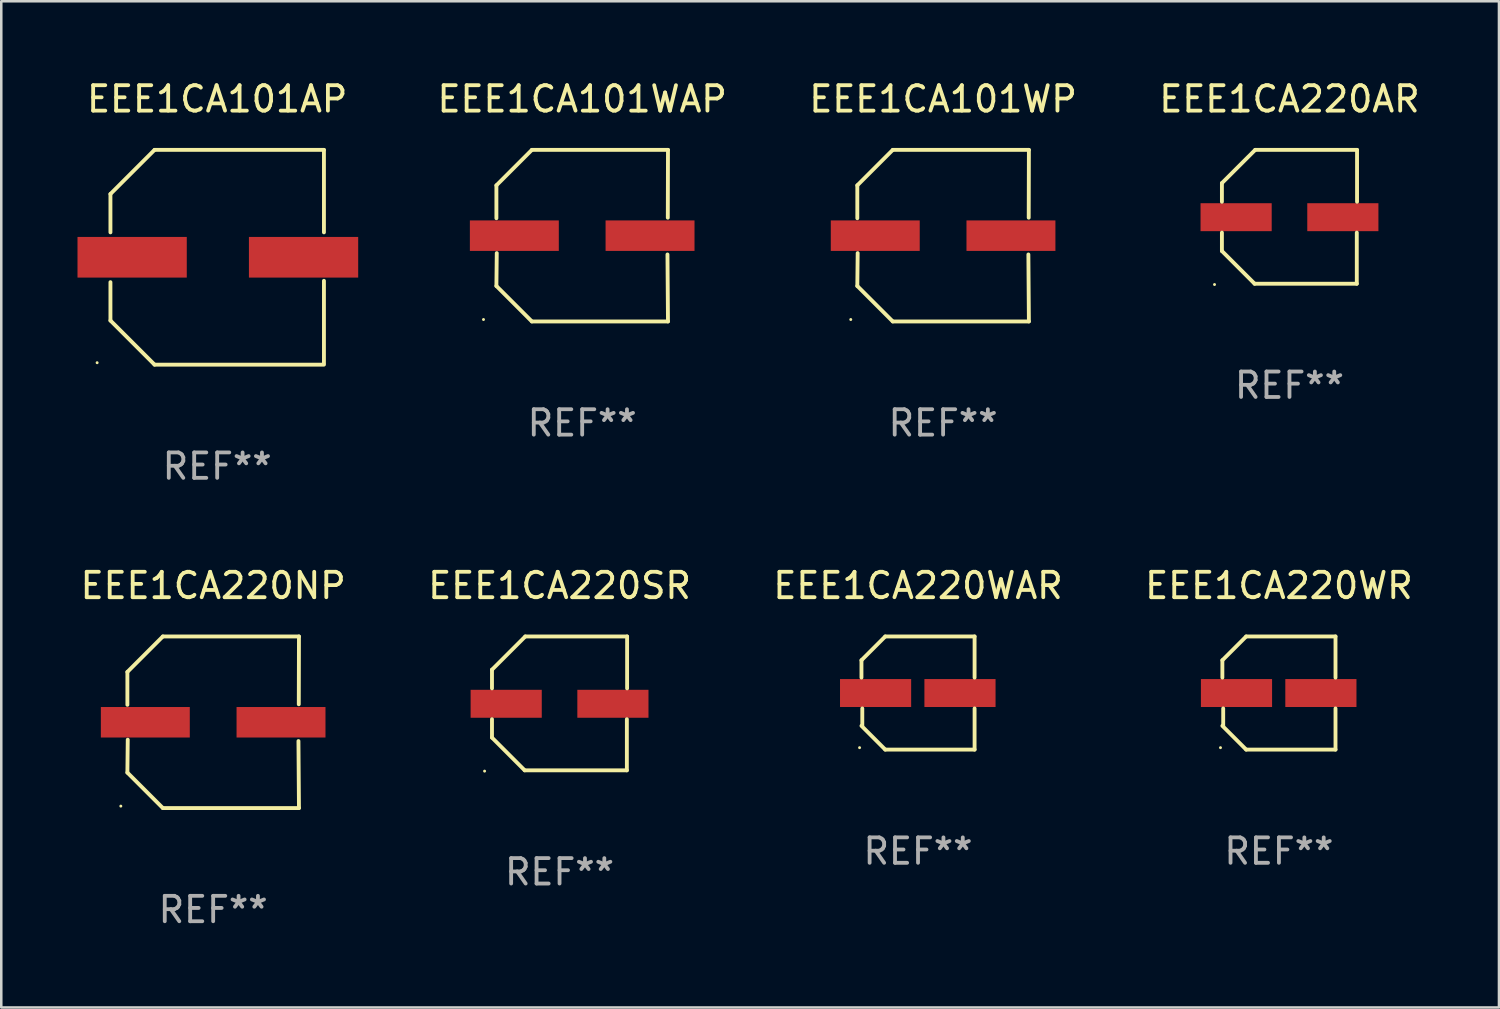
<source format=kicad_pcb>
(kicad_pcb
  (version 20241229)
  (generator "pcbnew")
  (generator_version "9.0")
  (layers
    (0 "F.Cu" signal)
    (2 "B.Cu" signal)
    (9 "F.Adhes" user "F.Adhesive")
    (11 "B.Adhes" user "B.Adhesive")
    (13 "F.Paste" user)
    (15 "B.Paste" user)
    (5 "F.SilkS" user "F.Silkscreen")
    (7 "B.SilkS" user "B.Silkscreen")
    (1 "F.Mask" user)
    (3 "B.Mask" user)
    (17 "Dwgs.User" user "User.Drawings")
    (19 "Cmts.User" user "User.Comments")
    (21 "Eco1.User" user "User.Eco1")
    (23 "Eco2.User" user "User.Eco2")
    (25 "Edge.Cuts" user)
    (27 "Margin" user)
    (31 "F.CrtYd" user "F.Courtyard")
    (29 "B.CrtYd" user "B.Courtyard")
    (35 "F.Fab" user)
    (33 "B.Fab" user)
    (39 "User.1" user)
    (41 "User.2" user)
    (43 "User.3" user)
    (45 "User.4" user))
  (footprint "EEE1CA101AP"
    (layer "F.Cu")
    (at 5.497 7.074)
    (property "Reference" "EEE1CA101AP" (at 0 -6.226 0) (layer "F.SilkS") (effects (font (size 1 1) (thickness 0.15))))
    (attr through_hole)
    (fp_line (start -4.201 -0.98) (end -4.201 -2.49) (stroke (width 0.152) (type solid)) (layer "F.SilkS"))
    (fp_line (start -4.201 2.49) (end -4.201 0.98) (stroke (width 0.152) (type solid)) (layer "F.SilkS"))
    (fp_line (start -2.465 -4.226) (end -4.201 -2.49) (stroke (width 0.152) (type solid)) (layer "F.SilkS"))
    (fp_line (start -2.465 4.226) (end -4.201 2.49) (stroke (width 0.152) (type solid)) (layer "F.SilkS"))
    (fp_line (start 4.201 -4.226) (end -2.465 -4.226) (stroke (width 0.152) (type solid)) (layer "F.SilkS"))
    (fp_line (start 4.201 -4.226) (end 4.201 -0.98) (stroke (width 0.152) (type solid)) (layer "F.SilkS"))
    (fp_line (start 4.201 0.926) (end 4.201 4.172) (stroke (width 0.152) (type solid)) (layer "F.SilkS"))
    (fp_line (start 4.201 4.226) (end -2.465 4.226) (stroke (width 0.152) (type solid)) (layer "F.SilkS"))
    (fp_circle (center -4.725 4.15) (end -4.695 4.15) (stroke (width 0.06) (type solid)) (fill no) (layer "F.SilkS"))
    (fp_text user "REF**" (at 0 8.226 0) (layer "F.Fab") (effects (font (size 1 1) (thickness 0.15))))
    (pad "1" smd rect (at -3.347 0) (size 4.3 1.6) (layers "F.Cu" "F.Mask" "F.Paste"))
    (pad "2" smd rect (at 3.399 0) (size 4.3 1.6) (layers "F.Cu" "F.Mask" "F.Paste")))
  (footprint "EEE1CA220SR"
    (layer "F.Cu")
    (at 18.97 24.631)
    (property "Reference" "EEE1CA220SR" (at 0 -4.634 0) (layer "F.SilkS") (effects (font (size 1 1) (thickness 0.15))))
    (attr through_hole)
    (fp_line (start -2.659 -1.326) (end -2.659 -0.592) (stroke (width 0.152) (type solid)) (layer "F.SilkS"))
    (fp_line (start -2.659 1.346) (end -2.659 0.622) (stroke (width 0.152) (type solid)) (layer "F.SilkS"))
    (fp_line (start -1.372 2.634) (end -2.659 1.346) (stroke (width 0.152) (type solid)) (layer "F.SilkS"))
    (fp_line (start -1.349 -2.634) (end -2.659 -1.326) (stroke (width 0.152) (type solid)) (layer "F.SilkS"))
    (fp_line (start 2.649 0.622) (end 2.649 2.634) (stroke (width 0.152) (type solid)) (layer "F.SilkS"))
    (fp_line (start 2.649 2.634) (end -1.372 2.634) (stroke (width 0.152) (type solid)) (layer "F.SilkS"))
    (fp_line (start 2.659 -2.634) (end -1.349 -2.634) (stroke (width 0.152) (type solid)) (layer "F.SilkS"))
    (fp_line (start 2.659 -0.592) (end 2.659 -2.634) (stroke (width 0.152) (type solid)) (layer "F.SilkS"))
    (fp_circle (center -2.95 2.665) (end -2.92 2.665) (stroke (width 0.06) (type solid)) (fill no) (layer "F.SilkS"))
    (fp_text user "REF**" (at 0 6.634 0) (layer "F.Fab") (effects (font (size 1 1) (thickness 0.15))))
    (pad "1" smd rect (at -2.1 0.015) (size 2.8 1.1) (layers "F.Cu" "F.Mask" "F.Paste"))
    (pad "2" smd rect (at 2.1 0.015) (size 2.8 1.1) (layers "F.Cu" "F.Mask" "F.Paste")))
  (footprint "EEE1CA101WP"
    (layer "F.Cu")
    (at 34.064 6.224)
    (property "Reference" "EEE1CA101WP" (at 0 -5.376 0) (layer "F.SilkS") (effects (font (size 1 1) (thickness 0.15))))
    (attr through_hole)
    (fp_line (start -3.376 -1.98) (end -3.376 -0.686) (stroke (width 0.152) (type solid)) (layer "F.SilkS"))
    (fp_line (start -3.376 1.981) (end -3.362 0.686) (stroke (width 0.152) (type solid)) (layer "F.SilkS"))
    (fp_line (start -1.981 3.376) (end -3.376 1.981) (stroke (width 0.152) (type solid)) (layer "F.SilkS"))
    (fp_line (start -1.98 -3.376) (end -3.376 -1.98) (stroke (width 0.152) (type solid)) (layer "F.SilkS"))
    (fp_line (start 3.356 0.74) (end 3.376 3.376) (stroke (width 0.152) (type solid)) (layer "F.SilkS"))
    (fp_line (start 3.369 -0.707) (end 3.376 -3.376) (stroke (width 0.152) (type solid)) (layer "F.SilkS"))
    (fp_line (start 3.376 3.376) (end -1.981 3.376) (stroke (width 0.152) (type solid)) (layer "F.SilkS"))
    (fp_line (start 3.376 -3.376) (end -1.98 -3.376) (stroke (width 0.152) (type solid)) (layer "F.SilkS"))
    (fp_circle (center -3.634 3.3) (end -3.604 3.3) (stroke (width 0.06) (type solid)) (fill no) (layer "F.SilkS"))
    (fp_text user "REF**" (at 0 7.376 0) (layer "F.Fab") (effects (font (size 1 1) (thickness 0.15))))
    (pad "1" smd rect (at -2.67 0.000254) (size 3.5 1.2) (layers "F.Cu" "F.Mask" "F.Paste"))
    (pad "2" smd rect (at 2.67 0.000254) (size 3.5 1.2) (layers "F.Cu" "F.Mask" "F.Paste")))
  (footprint "EEE1CA220AR"
    (layer "F.Cu")
    (at 47.695 5.482)
    (property "Reference" "EEE1CA220AR" (at 0 -4.634 0) (layer "F.SilkS") (effects (font (size 1 1) (thickness 0.15))))
    (attr through_hole)
    (fp_line (start -2.659 -1.326) (end -2.659 -0.592) (stroke (width 0.152) (type solid)) (layer "F.SilkS"))
    (fp_line (start -2.659 1.346) (end -2.659 0.622) (stroke (width 0.152) (type solid)) (layer "F.SilkS"))
    (fp_line (start -1.372 2.634) (end -2.659 1.346) (stroke (width 0.152) (type solid)) (layer "F.SilkS"))
    (fp_line (start -1.349 -2.634) (end -2.659 -1.326) (stroke (width 0.152) (type solid)) (layer "F.SilkS"))
    (fp_line (start 2.649 0.622) (end 2.649 2.634) (stroke (width 0.152) (type solid)) (layer "F.SilkS"))
    (fp_line (start 2.649 2.634) (end -1.372 2.634) (stroke (width 0.152) (type solid)) (layer "F.SilkS"))
    (fp_line (start 2.659 -2.634) (end -1.349 -2.634) (stroke (width 0.152) (type solid)) (layer "F.SilkS"))
    (fp_line (start 2.659 -0.592) (end 2.659 -2.634) (stroke (width 0.152) (type solid)) (layer "F.SilkS"))
    (fp_circle (center -2.95 2.665) (end -2.92 2.665) (stroke (width 0.06) (type solid)) (fill no) (layer "F.SilkS"))
    (fp_text user "REF**" (at 0 6.634 0) (layer "F.Fab") (effects (font (size 1 1) (thickness 0.15))))
    (pad "1" smd rect (at -2.1 0.015) (size 2.8 1.1) (layers "F.Cu" "F.Mask" "F.Paste"))
    (pad "2" smd rect (at 2.1 0.015) (size 2.8 1.1) (layers "F.Cu" "F.Mask" "F.Paste")))
  (footprint "EEE1CA220WAR"
    (layer "F.Cu")
    (at 33.077 24.223)
    (property "Reference" "EEE1CA220WAR" (at 0 -4.226 0) (layer "F.SilkS") (effects (font (size 1 1) (thickness 0.15))))
    (attr through_hole)
    (fp_line (start -2.226 -1.29) (end -2.226 -0.607) (stroke (width 0.152) (type solid)) (layer "F.SilkS"))
    (fp_line (start -2.193 1.29) (end -2.193 0.607) (stroke (width 0.152) (type solid)) (layer "F.SilkS"))
    (fp_line (start -1.29 2.226) (end -2.226 1.29) (stroke (width 0.152) (type solid)) (layer "F.SilkS"))
    (fp_line (start -1.29 -2.226) (end -2.226 -1.29) (stroke (width 0.152) (type solid)) (layer "F.SilkS"))
    (fp_line (start 2.226 -2.226) (end -1.29 -2.226) (stroke (width 0.152) (type solid)) (layer "F.SilkS"))
    (fp_line (start 2.226 -0.607) (end 2.226 -2.226) (stroke (width 0.152) (type solid)) (layer "F.SilkS"))
    (fp_line (start 2.226 0.607) (end 2.226 2.226) (stroke (width 0.152) (type solid)) (layer "F.SilkS"))
    (fp_line (start 2.226 2.226) (end -1.29 2.226) (stroke (width 0.152) (type solid)) (layer "F.SilkS"))
    (fp_circle (center -2.3 2.15) (end -2.27 2.15) (stroke (width 0.06) (type solid)) (fill no) (layer "F.SilkS"))
    (fp_text user "REF**" (at 0 6.226 0) (layer "F.Fab") (effects (font (size 1 1) (thickness 0.15))))
    (pad "1" smd rect (at -1.67 -0.000025) (size 2.8 1.1) (layers "F.Cu" "F.Mask" "F.Paste"))
    (pad "2" smd rect (at 1.651 -0.000025) (size 2.8 1.1) (layers "F.Cu" "F.Mask" "F.Paste")))
  (footprint "EEE1CA220WR"
    (layer "F.Cu")
    (at 47.28 24.223)
    (property "Reference" "EEE1CA220WR" (at 0 -4.226 0) (layer "F.SilkS") (effects (font (size 1 1) (thickness 0.15))))
    (attr through_hole)
    (fp_line (start -2.226 -1.29) (end -2.226 -0.607) (stroke (width 0.152) (type solid)) (layer "F.SilkS"))
    (fp_line (start -2.193 1.29) (end -2.193 0.607) (stroke (width 0.152) (type solid)) (layer "F.SilkS"))
    (fp_line (start -1.29 2.226) (end -2.226 1.29) (stroke (width 0.152) (type solid)) (layer "F.SilkS"))
    (fp_line (start -1.29 -2.226) (end -2.226 -1.29) (stroke (width 0.152) (type solid)) (layer "F.SilkS"))
    (fp_line (start 2.226 -2.226) (end -1.29 -2.226) (stroke (width 0.152) (type solid)) (layer "F.SilkS"))
    (fp_line (start 2.226 -0.607) (end 2.226 -2.226) (stroke (width 0.152) (type solid)) (layer "F.SilkS"))
    (fp_line (start 2.226 0.607) (end 2.226 2.226) (stroke (width 0.152) (type solid)) (layer "F.SilkS"))
    (fp_line (start 2.226 2.226) (end -1.29 2.226) (stroke (width 0.152) (type solid)) (layer "F.SilkS"))
    (fp_circle (center -2.3 2.15) (end -2.27 2.15) (stroke (width 0.06) (type solid)) (fill no) (layer "F.SilkS"))
    (fp_text user "REF**" (at 0 6.226 0) (layer "F.Fab") (effects (font (size 1 1) (thickness 0.15))))
    (pad "1" smd rect (at -1.67 -0.000025) (size 2.8 1.1) (layers "F.Cu" "F.Mask" "F.Paste"))
    (pad "2" smd rect (at 1.651 -0.000025) (size 2.8 1.1) (layers "F.Cu" "F.Mask" "F.Paste")))
  (footprint "EEE1CA220NP"
    (layer "F.Cu")
    (at 5.339 25.373)
    (property "Reference" "EEE1CA220NP" (at 0 -5.376 0) (layer "F.SilkS") (effects (font (size 1 1) (thickness 0.15))))
    (attr through_hole)
    (fp_line (start -3.376 -1.98) (end -3.376 -0.686) (stroke (width 0.152) (type solid)) (layer "F.SilkS"))
    (fp_line (start -3.376 1.981) (end -3.362 0.686) (stroke (width 0.152) (type solid)) (layer "F.SilkS"))
    (fp_line (start -1.981 3.376) (end -3.376 1.981) (stroke (width 0.152) (type solid)) (layer "F.SilkS"))
    (fp_line (start -1.98 -3.376) (end -3.376 -1.98) (stroke (width 0.152) (type solid)) (layer "F.SilkS"))
    (fp_line (start 3.356 0.74) (end 3.376 3.376) (stroke (width 0.152) (type solid)) (layer "F.SilkS"))
    (fp_line (start 3.369 -0.707) (end 3.376 -3.376) (stroke (width 0.152) (type solid)) (layer "F.SilkS"))
    (fp_line (start 3.376 3.376) (end -1.981 3.376) (stroke (width 0.152) (type solid)) (layer "F.SilkS"))
    (fp_line (start 3.376 -3.376) (end -1.98 -3.376) (stroke (width 0.152) (type solid)) (layer "F.SilkS"))
    (fp_circle (center -3.634 3.3) (end -3.604 3.3) (stroke (width 0.06) (type solid)) (fill no) (layer "F.SilkS"))
    (fp_text user "REF**" (at 0 7.376 0) (layer "F.Fab") (effects (font (size 1 1) (thickness 0.15))))
    (pad "1" smd rect (at -2.67 0.000254) (size 3.5 1.2) (layers "F.Cu" "F.Mask" "F.Paste"))
    (pad "2" smd rect (at 2.67 0.000254) (size 3.5 1.2) (layers "F.Cu" "F.Mask" "F.Paste")))
  (footprint "EEE1CA101WAP"
    (layer "F.Cu")
    (at 19.861 6.224)
    (property "Reference" "EEE1CA101WAP" (at 0 -5.376 0) (layer "F.SilkS") (effects (font (size 1 1) (thickness 0.15))))
    (attr through_hole)
    (fp_line (start -3.376 -1.98) (end -3.376 -0.686) (stroke (width 0.152) (type solid)) (layer "F.SilkS"))
    (fp_line (start -3.376 1.981) (end -3.362 0.686) (stroke (width 0.152) (type solid)) (layer "F.SilkS"))
    (fp_line (start -1.981 3.376) (end -3.376 1.981) (stroke (width 0.152) (type solid)) (layer "F.SilkS"))
    (fp_line (start -1.98 -3.376) (end -3.376 -1.98) (stroke (width 0.152) (type solid)) (layer "F.SilkS"))
    (fp_line (start 3.356 0.74) (end 3.376 3.376) (stroke (width 0.152) (type solid)) (layer "F.SilkS"))
    (fp_line (start 3.369 -0.707) (end 3.376 -3.376) (stroke (width 0.152) (type solid)) (layer "F.SilkS"))
    (fp_line (start 3.376 3.376) (end -1.981 3.376) (stroke (width 0.152) (type solid)) (layer "F.SilkS"))
    (fp_line (start 3.376 -3.376) (end -1.98 -3.376) (stroke (width 0.152) (type solid)) (layer "F.SilkS"))
    (fp_circle (center -3.884 3.3) (end -3.854 3.3) (stroke (width 0.06) (type solid)) (fill no) (layer "F.SilkS"))
    (fp_text user "REF**" (at 0 7.376 0) (layer "F.Fab") (effects (font (size 1 1) (thickness 0.15))))
    (pad "1" smd rect (at -2.67 0.000178) (size 3.5 1.2) (layers "F.Cu" "F.Mask" "F.Paste"))
    (pad "2" smd rect (at 2.67 0.000178) (size 3.5 1.2) (layers "F.Cu" "F.Mask" "F.Paste")))
  (gr_rect
    (start -3 -3)
    (end 55.939 36.597)
    (stroke (width 0.1) (type default))
    (fill no)
    (layer "Edge.Cuts")))
</source>
